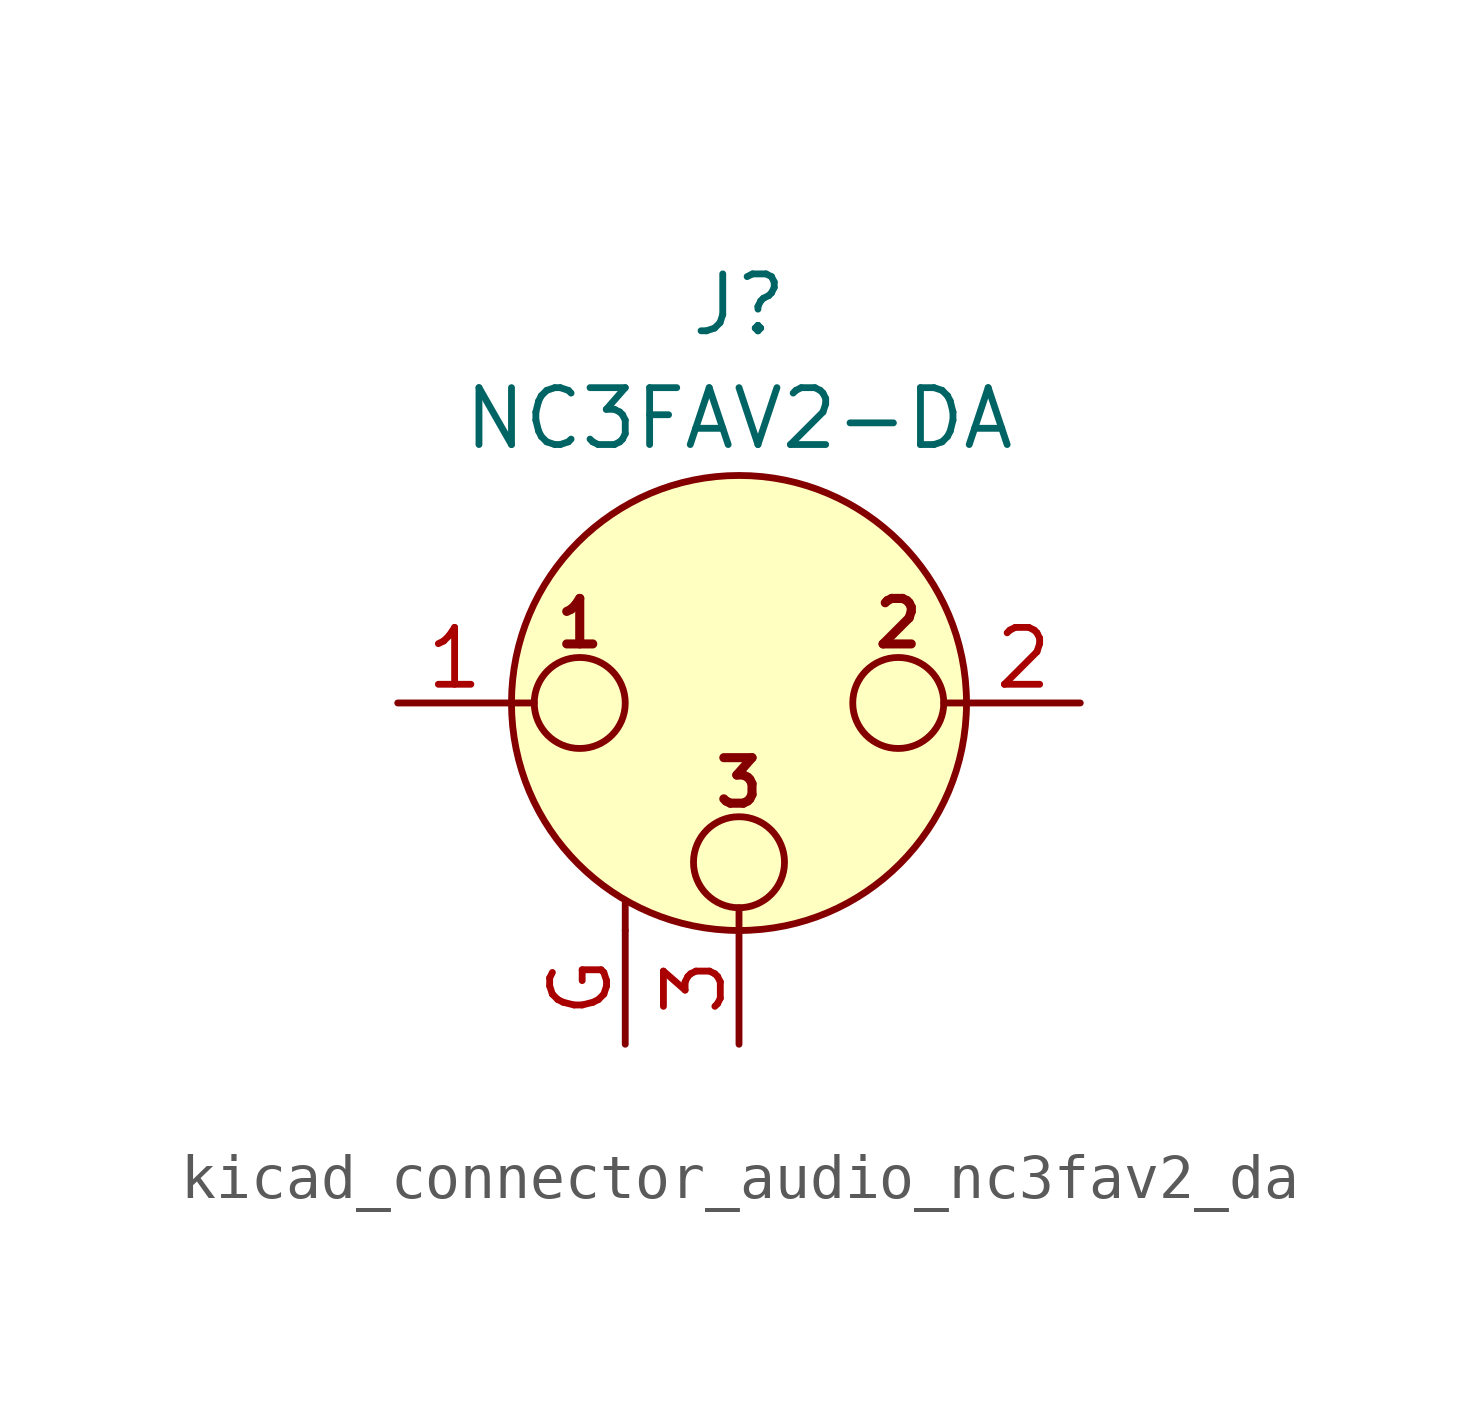
<source format=kicad_sym>
(kicad_symbol_lib
  (version 20220914)
  (generator kicad_symbol_editor)
  (symbol "kicad_connector_audio_nc3fav2_da"
    (pin_names hide)
    (property "Reference" "J"
      (at 0 8.89 0)
      (effects (font (size 1.27 1.27))))
    (property "Value" "NC3FAV2-DA"
      (at 0 6.35 0)
      (effects (font (size 1.27 1.27))))
    (symbol "kicad_connector_audio_nc3fav2_da_0_1"
      (circle (center -3.556 0) (radius 1.016) (stroke (width 0) (type default)) (fill (type none)))
      (circle (center 0 -3.556) (radius 1.016) (stroke (width 0) (type default)) (fill (type none)))
      (polyline (pts (xy -5.08 0) (xy -4.572 0)) (stroke (width 0) (type default)) (fill (type none)))
      (polyline (pts (xy -2.54 -5.08) (xy -2.54 -4.445)) (stroke (width 0) (type default)) (fill (type none)))
      (polyline (pts (xy 0 -5.08) (xy 0 -4.572)) (stroke (width 0) (type default)) (fill (type none)))
      (polyline (pts (xy 5.08 0) (xy 4.572 0)) (stroke (width 0) (type default)) (fill (type none)))
      (circle (center 0 0) (radius 5.08) (stroke (width 0) (type default)) (fill (type background)))
      (circle (center 3.556 0) (radius 1.016) (stroke (width 0) (type default)) (fill (type none)))
      (text "1" (at -3.556 1.778 0) (effects (font (size 1.016 1.016) bold)))
      (text "2" (at 3.556 1.778 0) (effects (font (size 1.016 1.016) bold)))
      (text "3" (at 0 -1.778 0) (effects (font (size 1.016 1.016) bold)))
      (pin passive line (at -7.62 0 0) (length 2.54) (name "~" (effects (font (size 1.27 1.27)))) (number "1" (effects (font (size 1.27 1.27)))))
      (pin passive line (at 7.62 0 180) (length 2.54) (name "~" (effects (font (size 1.27 1.27)))) (number "2" (effects (font (size 1.27 1.27)))))
      (pin passive line (at 0 -7.62 90) (length 2.54) (name "~" (effects (font (size 1.27 1.27)))) (number "3" (effects (font (size 1.27 1.27))))))
    (symbol "kicad_connector_audio_nc3fav2_da_1_1"
      (pin passive line (at -2.54 -7.62 90) (length 2.54) (name "~" (effects (font (size 1.27 1.27)))) (number "G" (effects (font (size 1.27 1.27))))))))
</source>
